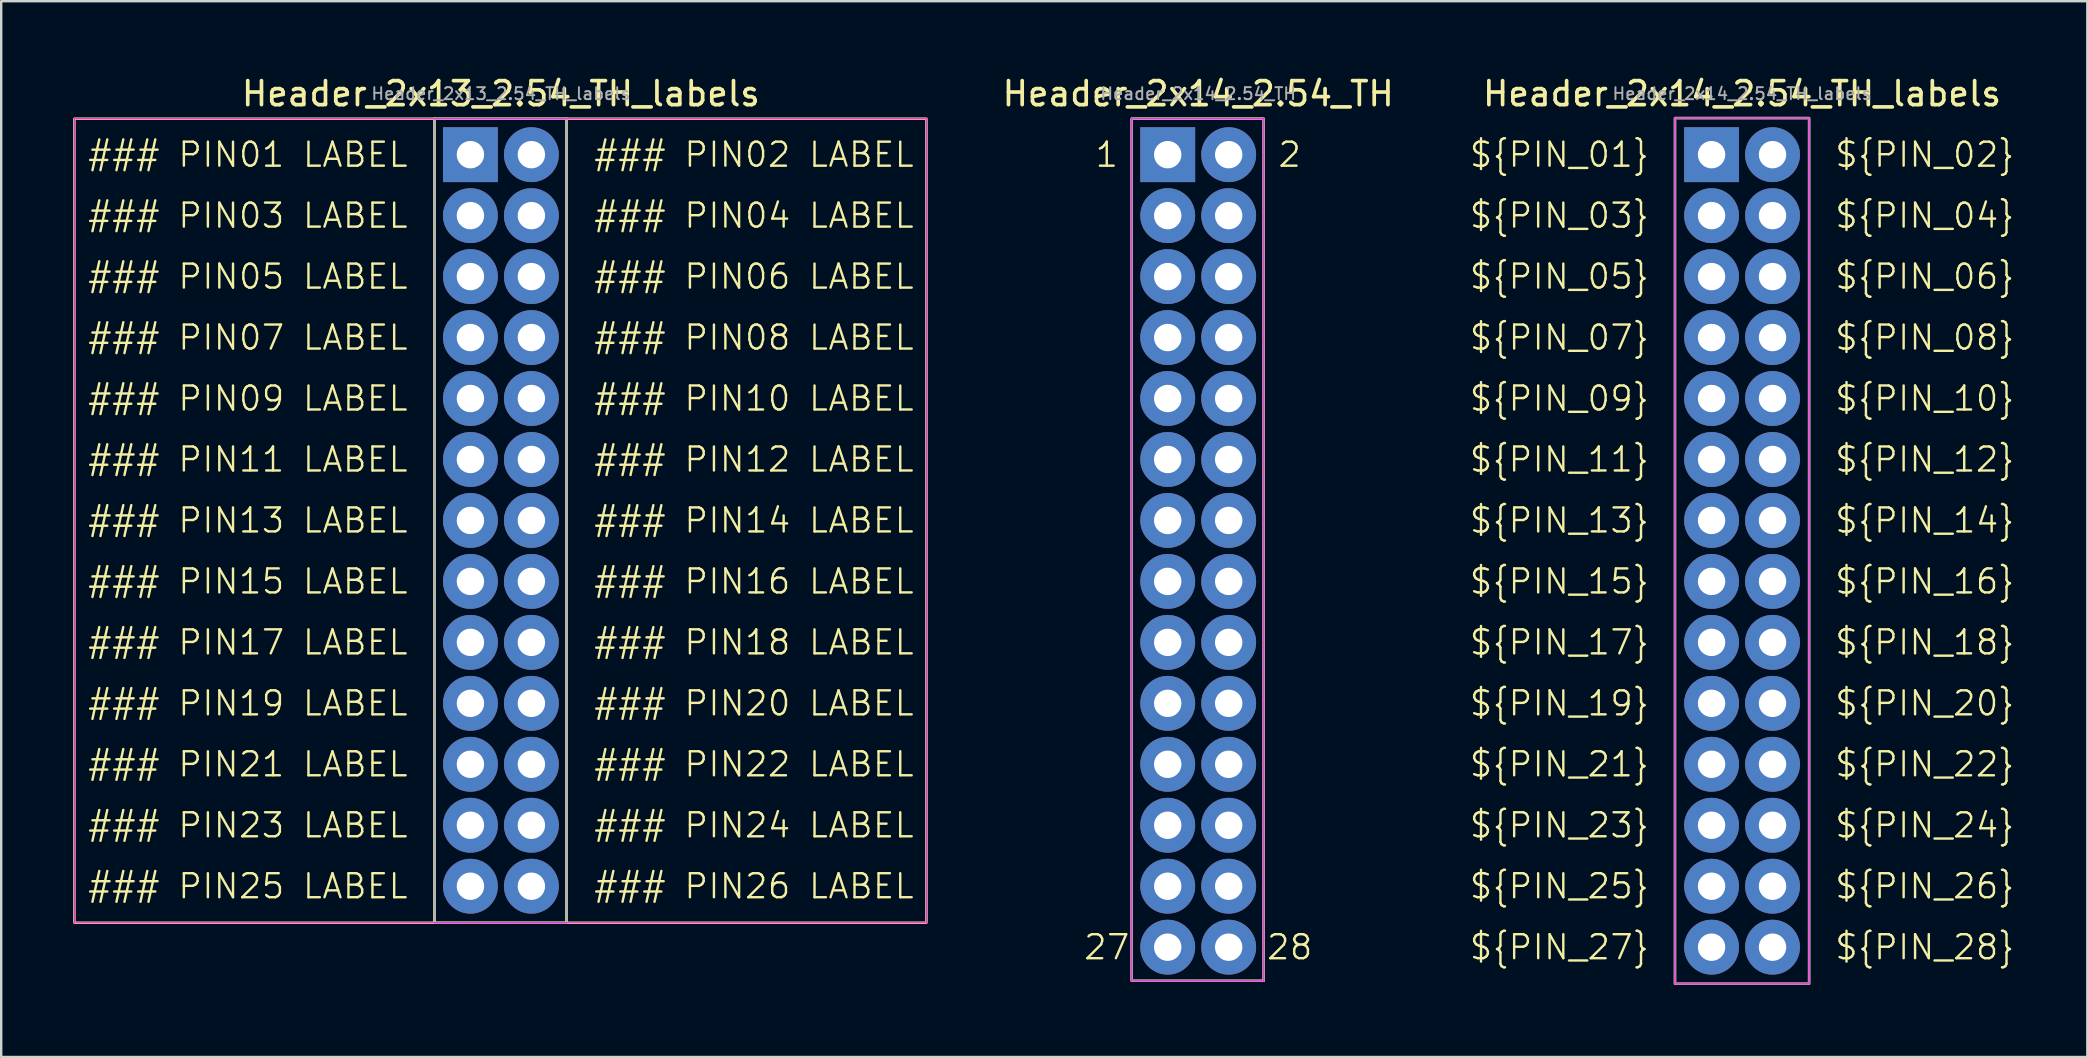
<source format=kicad_pcb>
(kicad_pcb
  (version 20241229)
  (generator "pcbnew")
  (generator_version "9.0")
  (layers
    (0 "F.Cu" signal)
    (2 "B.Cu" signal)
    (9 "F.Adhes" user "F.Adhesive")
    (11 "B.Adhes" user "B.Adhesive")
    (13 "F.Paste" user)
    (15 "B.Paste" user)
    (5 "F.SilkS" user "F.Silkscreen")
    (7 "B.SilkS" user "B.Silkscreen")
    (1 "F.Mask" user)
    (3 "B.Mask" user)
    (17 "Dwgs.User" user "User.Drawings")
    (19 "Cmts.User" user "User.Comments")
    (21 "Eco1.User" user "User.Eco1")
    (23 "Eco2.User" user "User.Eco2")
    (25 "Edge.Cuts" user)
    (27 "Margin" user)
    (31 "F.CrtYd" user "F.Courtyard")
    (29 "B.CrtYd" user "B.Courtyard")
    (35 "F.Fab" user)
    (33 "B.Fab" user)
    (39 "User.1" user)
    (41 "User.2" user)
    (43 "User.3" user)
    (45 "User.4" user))
  (footprint "Header_2x14_2.54_TH_labels"
    (layer "F.Cu")
    (at 68.261 3.394)
    (property "Reference" "Header_2x14_2.54_TH_labels" (at 1.27 -2.54 0) (layer "F.SilkS") (effects (font (size 1 1) (thickness 0.153))))
    (attr through_hole)
    (fp_rect (start -1.524 -1.524) (end 4.064 34.544) (stroke (width 0.1) (type default)) (fill no) (layer "F.SilkS"))
    (fp_rect (start -1.524 -1.524) (end 4.064 34.544) (stroke (width 0.05) (type default)) (fill no) (layer "F.CrtYd"))
    (fp_rect (start -1.524 -1.524) (end 4.064 34.544) (stroke (width 0.1) (type default)) (fill no) (layer "F.Fab"))
    (fp_text user "${PIN_05}" (at -2.54 5.08 0) (unlocked yes) (layer "F.SilkS") (effects (font (size 1 1) (thickness 0.1)) (justify right)))
    (fp_text user "${PIN_20}" (at 5.08 22.86 0) (unlocked yes) (layer "F.SilkS") (effects (font (size 1 1) (thickness 0.1)) (justify left)))
    (fp_text user "${PIN_25}" (at -2.54 30.48 0) (unlocked yes) (layer "F.SilkS") (effects (font (size 1 1) (thickness 0.1)) (justify right)))
    (fp_text user "${PIN_26}" (at 5.08 30.48 0) (unlocked yes) (layer "F.SilkS") (effects (font (size 1 1) (thickness 0.1)) (justify left)))
    (fp_text user "${PIN_22}" (at 5.08 25.4 0) (unlocked yes) (layer "F.SilkS") (effects (font (size 1 1) (thickness 0.1)) (justify left)))
    (fp_text user "${PIN_18}" (at 5.08 20.32 0) (unlocked yes) (layer "F.SilkS") (effects (font (size 1 1) (thickness 0.1)) (justify left)))
    (fp_text user "${PIN_27}" (at -2.54 33.02 0) (unlocked yes) (layer "F.SilkS") (effects (font (size 1 1) (thickness 0.1)) (justify right)))
    (fp_text user "${PIN_10}" (at 5.08 10.16 0) (unlocked yes) (layer "F.SilkS") (effects (font (size 1 1) (thickness 0.1)) (justify left)))
    (fp_text user "${PIN_02}" (at 5.08 0 0) (unlocked yes) (layer "F.SilkS") (effects (font (size 1 1) (thickness 0.1)) (justify left)))
    (fp_text user "${PIN_07}" (at -2.54 7.62 0) (unlocked yes) (layer "F.SilkS") (effects (font (size 1 1) (thickness 0.1)) (justify right)))
    (fp_text user "${PIN_08}" (at 5.08 7.62 0) (unlocked yes) (layer "F.SilkS") (effects (font (size 1 1) (thickness 0.1)) (justify left)))
    (fp_text user "${PIN_12}" (at 5.08 12.7 0) (unlocked yes) (layer "F.SilkS") (effects (font (size 1 1) (thickness 0.1)) (justify left)))
    (fp_text user "${PIN_23}" (at -2.54 27.94 0) (unlocked yes) (layer "F.SilkS") (effects (font (size 1 1) (thickness 0.1)) (justify right)))
    (fp_text user "${PIN_01}" (at -2.54 0 0) (unlocked yes) (layer "F.SilkS") (effects (font (size 1 1) (thickness 0.1)) (justify right)))
    (fp_text user "${PIN_03}" (at -2.54 2.54 0) (unlocked yes) (layer "F.SilkS") (effects (font (size 1 1) (thickness 0.1)) (justify right)))
    (fp_text user "${PIN_17}" (at -2.54 20.32 0) (unlocked yes) (layer "F.SilkS") (effects (font (size 1 1) (thickness 0.1)) (justify right)))
    (fp_text user "${PIN_24}" (at 5.08 27.94 0) (unlocked yes) (layer "F.SilkS") (effects (font (size 1 1) (thickness 0.1)) (justify left)))
    (fp_text user "${PIN_14}" (at 5.08 15.24 0) (unlocked yes) (layer "F.SilkS") (effects (font (size 1 1) (thickness 0.1)) (justify left)))
    (fp_text user "${PIN_21}" (at -2.54 25.4 0) (unlocked yes) (layer "F.SilkS") (effects (font (size 1 1) (thickness 0.1)) (justify right)))
    (fp_text user "${PIN_06}" (at 5.08 5.08 0) (unlocked yes) (layer "F.SilkS") (effects (font (size 1 1) (thickness 0.1)) (justify left)))
    (fp_text user "${PIN_28}" (at 5.08 33.02 0) (unlocked yes) (layer "F.SilkS") (effects (font (size 1 1) (thickness 0.1)) (justify left)))
    (fp_text user "${PIN_19}" (at -2.54 22.86 0) (unlocked yes) (layer "F.SilkS") (effects (font (size 1 1) (thickness 0.1)) (justify right)))
    (fp_text user "${PIN_16}" (at 5.08 17.78 0) (unlocked yes) (layer "F.SilkS") (effects (font (size 1 1) (thickness 0.1)) (justify left)))
    (fp_text user "${PIN_04}" (at 5.08 2.54 0) (unlocked yes) (layer "F.SilkS") (effects (font (size 1 1) (thickness 0.1)) (justify left)))
    (fp_text user "${PIN_15}" (at -2.54 17.78 0) (unlocked yes) (layer "F.SilkS") (effects (font (size 1 1) (thickness 0.1)) (justify right)))
    (fp_text user "${PIN_09}" (at -2.54 10.16 0) (unlocked yes) (layer "F.SilkS") (effects (font (size 1 1) (thickness 0.1)) (justify right)))
    (fp_text user "${PIN_13}" (at -2.54 15.24 0) (unlocked yes) (layer "F.SilkS") (effects (font (size 1 1) (thickness 0.1)) (justify right)))
    (fp_text user "${PIN_11}" (at -2.54 12.7 0) (unlocked yes) (layer "F.SilkS") (effects (font (size 1 1) (thickness 0.1)) (justify right)))
    (fp_text user "${REFERENCE}" (at 1.27 -2.54 0) (layer "F.Fab") (effects (font (size 0.5 0.5) (thickness 0.08))))
    (pad "1" thru_hole rect (at 0 0) (size 2.286 2.286) (drill 1.143) (layers "*.Cu" "*.Mask"))
    (pad "2" thru_hole circle (at 2.54 0) (size 2.286 2.286) (drill 1.143) (layers "*.Cu" "*.Mask"))
    (pad "3" thru_hole circle (at 0 2.54) (size 2.286 2.286) (drill 1.143) (layers "*.Cu" "*.Mask"))
    (pad "4" thru_hole circle (at 2.54 2.54) (size 2.286 2.286) (drill 1.143) (layers "*.Cu" "*.Mask"))
    (pad "5" thru_hole circle (at 0 5.08) (size 2.286 2.286) (drill 1.143) (layers "*.Cu" "*.Mask"))
    (pad "6" thru_hole circle (at 2.54 5.08) (size 2.286 2.286) (drill 1.143) (layers "*.Cu" "*.Mask"))
    (pad "7" thru_hole circle (at 0 7.62) (size 2.286 2.286) (drill 1.143) (layers "*.Cu" "*.Mask"))
    (pad "8" thru_hole circle (at 2.54 7.62) (size 2.286 2.286) (drill 1.143) (layers "*.Cu" "*.Mask"))
    (pad "9" thru_hole circle (at 0 10.16) (size 2.286 2.286) (drill 1.143) (layers "*.Cu" "*.Mask"))
    (pad "10" thru_hole circle (at 2.54 10.16) (size 2.286 2.286) (drill 1.143) (layers "*.Cu" "*.Mask"))
    (pad "11" thru_hole circle (at 0 12.7) (size 2.286 2.286) (drill 1.143) (layers "*.Cu" "*.Mask"))
    (pad "12" thru_hole circle (at 2.54 12.7) (size 2.286 2.286) (drill 1.143) (layers "*.Cu" "*.Mask"))
    (pad "13" thru_hole circle (at 0 15.24) (size 2.286 2.286) (drill 1.143) (layers "*.Cu" "*.Mask"))
    (pad "14" thru_hole circle (at 2.54 15.24) (size 2.286 2.286) (drill 1.143) (layers "*.Cu" "*.Mask"))
    (pad "15" thru_hole circle (at 0 17.78) (size 2.286 2.286) (drill 1.143) (layers "*.Cu" "*.Mask"))
    (pad "16" thru_hole circle (at 2.54 17.78) (size 2.286 2.286) (drill 1.143) (layers "*.Cu" "*.Mask"))
    (pad "17" thru_hole circle (at 0 20.32) (size 2.286 2.286) (drill 1.143) (layers "*.Cu" "*.Mask"))
    (pad "18" thru_hole circle (at 2.54 20.32) (size 2.286 2.286) (drill 1.143) (layers "*.Cu" "*.Mask"))
    (pad "19" thru_hole circle (at 0 22.86) (size 2.286 2.286) (drill 1.143) (layers "*.Cu" "*.Mask"))
    (pad "20" thru_hole circle (at 2.54 22.86) (size 2.286 2.286) (drill 1.143) (layers "*.Cu" "*.Mask"))
    (pad "21" thru_hole circle (at 0 25.4) (size 2.286 2.286) (drill 1.143) (layers "*.Cu" "*.Mask"))
    (pad "22" thru_hole circle (at 2.54 25.4) (size 2.286 2.286) (drill 1.143) (layers "*.Cu" "*.Mask"))
    (pad "23" thru_hole circle (at 0 27.94) (size 2.286 2.286) (drill 1.143) (layers "*.Cu" "*.Mask"))
    (pad "24" thru_hole circle (at 2.54 27.94) (size 2.286 2.286) (drill 1.143) (layers "*.Cu" "*.Mask"))
    (pad "25" thru_hole circle (at 0 30.48) (size 2.286 2.286) (drill 1.143) (layers "*.Cu" "*.Mask"))
    (pad "26" thru_hole circle (at 2.54 30.48) (size 2.286 2.286) (drill 1.143) (layers "*.Cu" "*.Mask"))
    (pad "27" thru_hole circle (at 0 33.02) (size 2.286 2.286) (drill 1.143) (layers "*.Cu" "*.Mask"))
    (pad "28" thru_hole circle (at 2.54 33.02) (size 2.286 2.286) (drill 1.143) (layers "*.Cu" "*.Mask")))
  (footprint "Header_2x13_2.54_TH_labels"
    (layer "F.Cu")
    (at 16.55 3.394)
    (property "Reference" "Header_2x13_2.54_TH_labels" (at 1.27 -2.54 0) (layer "F.SilkS") (effects (font (size 1 1) (thickness 0.153))))
    (attr through_hole)
    (fp_rect (start -16.5 -1.5) (end -1.5 32) (stroke (width 0.1) (type default)) (fill no) (layer "F.SilkS"))
    (fp_rect (start -1.5 -1.5) (end 4 32) (stroke (width 0.1) (type default)) (fill no) (layer "F.SilkS"))
    (fp_rect (start 4 -1.5) (end 19 32) (stroke (width 0.1) (type default)) (fill no) (layer "F.SilkS"))
    (fp_line (start -16.5 -1.5) (end 19 -1.5) (stroke (width 0.05) (type default)) (layer "F.CrtYd"))
    (fp_line (start -16.5 32) (end -16.5 -1.5) (stroke (width 0.05) (type default)) (layer "F.CrtYd"))
    (fp_line (start 19 -1.5) (end 19 32) (stroke (width 0.05) (type default)) (layer "F.CrtYd"))
    (fp_line (start 19 32) (end -16.5 32) (stroke (width 0.05) (type default)) (layer "F.CrtYd"))
    (fp_rect (start -1.5 -1.5) (end 4 32) (stroke (width 0.1) (type default)) (fill no) (layer "F.Fab"))
    (fp_text user "### PIN03 LABEL" (at -2.54 2.54 0) (unlocked yes) (layer "F.SilkS") (effects (font (size 1 1) (thickness 0.1)) (justify right)))
    (fp_text user "### PIN22 LABEL" (at 5.08 25.4 0) (unlocked yes) (layer "F.SilkS") (effects (font (size 1 1) (thickness 0.1)) (justify left)))
    (fp_text user "### PIN08 LABEL" (at 5.08 7.62 0) (unlocked yes) (layer "F.SilkS") (effects (font (size 1 1) (thickness 0.1)) (justify left)))
    (fp_text user "### PIN11 LABEL" (at -2.54 12.7 0) (unlocked yes) (layer "F.SilkS") (effects (font (size 1 1) (thickness 0.1)) (justify right)))
    (fp_text user "### PIN21 LABEL" (at -2.54 25.4 0) (unlocked yes) (layer "F.SilkS") (effects (font (size 1 1) (thickness 0.1)) (justify right)))
    (fp_text user "### PIN20 LABEL" (at 5.08 22.86 0) (unlocked yes) (layer "F.SilkS") (effects (font (size 1 1) (thickness 0.1)) (justify left)))
    (fp_text user "### PIN23 LABEL" (at -2.54 27.94 0) (unlocked yes) (layer "F.SilkS") (effects (font (size 1 1) (thickness 0.1)) (justify right)))
    (fp_text user "### PIN09 LABEL" (at -2.54 10.16 0) (unlocked yes) (layer "F.SilkS") (effects (font (size 1 1) (thickness 0.1)) (justify right)))
    (fp_text user "### PIN12 LABEL" (at 5.08 12.7 0) (unlocked yes) (layer "F.SilkS") (effects (font (size 1 1) (thickness 0.1)) (justify left)))
    (fp_text user "### PIN14 LABEL" (at 5.08 15.24 0) (unlocked yes) (layer "F.SilkS") (effects (font (size 1 1) (thickness 0.1)) (justify left)))
    (fp_text user "### PIN16 LABEL" (at 5.08 17.78 0) (unlocked yes) (layer "F.SilkS") (effects (font (size 1 1) (thickness 0.1)) (justify left)))
    (fp_text user "### PIN06 LABEL" (at 5.08 5.08 0) (unlocked yes) (layer "F.SilkS") (effects (font (size 1 1) (thickness 0.1)) (justify left)))
    (fp_text user "### PIN05 LABEL" (at -2.54 5.08 0) (unlocked yes) (layer "F.SilkS") (effects (font (size 1 1) (thickness 0.1)) (justify right)))
    (fp_text user "### PIN02 LABEL" (at 5.08 0 0) (unlocked yes) (layer "F.SilkS") (effects (font (size 1 1) (thickness 0.1)) (justify left)))
    (fp_text user "### PIN24 LABEL" (at 5.08 27.94 0) (unlocked yes) (layer "F.SilkS") (effects (font (size 1 1) (thickness 0.1)) (justify left)))
    (fp_text user "### PIN04 LABEL" (at 5.08 2.54 0) (unlocked yes) (layer "F.SilkS") (effects (font (size 1 1) (thickness 0.1)) (justify left)))
    (fp_text user "### PIN13 LABEL" (at -2.54 15.24 0) (unlocked yes) (layer "F.SilkS") (effects (font (size 1 1) (thickness 0.1)) (justify right)))
    (fp_text user "### PIN19 LABEL" (at -2.54 22.86 0) (unlocked yes) (layer "F.SilkS") (effects (font (size 1 1) (thickness 0.1)) (justify right)))
    (fp_text user "### PIN15 LABEL" (at -2.54 17.78 0) (unlocked yes) (layer "F.SilkS") (effects (font (size 1 1) (thickness 0.1)) (justify right)))
    (fp_text user "### PIN01 LABEL" (at -2.54 0 0) (unlocked yes) (layer "F.SilkS") (effects (font (size 1 1) (thickness 0.1)) (justify right)))
    (fp_text user "### PIN18 LABEL" (at 5.08 20.32 0) (unlocked yes) (layer "F.SilkS") (effects (font (size 1 1) (thickness 0.1)) (justify left)))
    (fp_text user "### PIN17 LABEL" (at -2.54 20.32 0) (unlocked yes) (layer "F.SilkS") (effects (font (size 1 1) (thickness 0.1)) (justify right)))
    (fp_text user "### PIN10 LABEL" (at 5.08 10.16 0) (unlocked yes) (layer "F.SilkS") (effects (font (size 1 1) (thickness 0.1)) (justify left)))
    (fp_text user "### PIN07 LABEL" (at -2.54 7.62 0) (unlocked yes) (layer "F.SilkS") (effects (font (size 1 1) (thickness 0.1)) (justify right)))
    (fp_text user "### PIN26 LABEL" (at 5.08 30.48 0) (unlocked yes) (layer "F.SilkS") (effects (font (size 1 1) (thickness 0.1)) (justify left)))
    (fp_text user "### PIN25 LABEL" (at -2.54 30.48 0) (unlocked yes) (layer "F.SilkS") (effects (font (size 1 1) (thickness 0.1)) (justify right)))
    (fp_text user "${REFERENCE}" (at 1.27 -2.54 0) (layer "F.Fab") (effects (font (size 0.5 0.5) (thickness 0.08))))
    (pad "1" thru_hole rect (at 0 0) (size 2.286 2.286) (drill 1.143) (layers "*.Cu" "*.Mask"))
    (pad "2" thru_hole circle (at 2.54 0) (size 2.286 2.286) (drill 1.143) (layers "*.Cu" "*.Mask"))
    (pad "3" thru_hole circle (at 0 2.54) (size 2.286 2.286) (drill 1.143) (layers "*.Cu" "*.Mask"))
    (pad "4" thru_hole circle (at 2.54 2.54) (size 2.286 2.286) (drill 1.143) (layers "*.Cu" "*.Mask"))
    (pad "5" thru_hole circle (at 0 5.08) (size 2.286 2.286) (drill 1.143) (layers "*.Cu" "*.Mask"))
    (pad "6" thru_hole circle (at 2.54 5.08) (size 2.286 2.286) (drill 1.143) (layers "*.Cu" "*.Mask"))
    (pad "7" thru_hole circle (at 0 7.62) (size 2.286 2.286) (drill 1.143) (layers "*.Cu" "*.Mask"))
    (pad "8" thru_hole circle (at 2.54 7.62) (size 2.286 2.286) (drill 1.143) (layers "*.Cu" "*.Mask"))
    (pad "9" thru_hole circle (at 0 10.16) (size 2.286 2.286) (drill 1.143) (layers "*.Cu" "*.Mask"))
    (pad "10" thru_hole circle (at 2.54 10.16) (size 2.286 2.286) (drill 1.143) (layers "*.Cu" "*.Mask"))
    (pad "11" thru_hole circle (at 0 12.7) (size 2.286 2.286) (drill 1.143) (layers "*.Cu" "*.Mask"))
    (pad "12" thru_hole circle (at 2.54 12.7) (size 2.286 2.286) (drill 1.143) (layers "*.Cu" "*.Mask"))
    (pad "13" thru_hole circle (at 0 15.24) (size 2.286 2.286) (drill 1.143) (layers "*.Cu" "*.Mask"))
    (pad "14" thru_hole circle (at 2.54 15.24) (size 2.286 2.286) (drill 1.143) (layers "*.Cu" "*.Mask"))
    (pad "15" thru_hole circle (at 0 17.78) (size 2.286 2.286) (drill 1.143) (layers "*.Cu" "*.Mask"))
    (pad "16" thru_hole circle (at 2.54 17.78) (size 2.286 2.286) (drill 1.143) (layers "*.Cu" "*.Mask"))
    (pad "17" thru_hole circle (at 0 20.32) (size 2.286 2.286) (drill 1.143) (layers "*.Cu" "*.Mask"))
    (pad "18" thru_hole circle (at 2.54 20.32) (size 2.286 2.286) (drill 1.143) (layers "*.Cu" "*.Mask"))
    (pad "19" thru_hole circle (at 0 22.86) (size 2.286 2.286) (drill 1.143) (layers "*.Cu" "*.Mask"))
    (pad "20" thru_hole circle (at 2.54 22.86) (size 2.286 2.286) (drill 1.143) (layers "*.Cu" "*.Mask"))
    (pad "21" thru_hole circle (at 0 25.4) (size 2.286 2.286) (drill 1.143) (layers "*.Cu" "*.Mask"))
    (pad "22" thru_hole circle (at 2.54 25.4) (size 2.286 2.286) (drill 1.143) (layers "*.Cu" "*.Mask"))
    (pad "23" thru_hole circle (at 0 27.94) (size 2.286 2.286) (drill 1.143) (layers "*.Cu" "*.Mask"))
    (pad "24" thru_hole circle (at 2.54 27.94) (size 2.286 2.286) (drill 1.143) (layers "*.Cu" "*.Mask"))
    (pad "25" thru_hole circle (at 0 30.48) (size 2.286 2.286) (drill 1.143) (layers "*.Cu" "*.Mask"))
    (pad "26" thru_hole circle (at 2.54 30.48) (size 2.286 2.286) (drill 1.143) (layers "*.Cu" "*.Mask")))
  (footprint "Header_2x14_2.54_TH"
    (layer "F.Cu")
    (at 45.602 3.394)
    (property "Reference" "Header_2x14_2.54_TH" (at 1.27 -2.54 0) (layer "F.SilkS") (effects (font (size 1 1) (thickness 0.153))))
    (attr through_hole)
    (fp_rect (start -1.5 -1.5) (end 4 34.42) (stroke (width 0.1) (type default)) (fill no) (layer "F.SilkS"))
    (fp_line (start -1.5 -1.5) (end 4 -1.5) (stroke (width 0.05) (type default)) (layer "F.CrtYd"))
    (fp_line (start -1.5 34.42) (end -1.5 -1.5) (stroke (width 0.05) (type default)) (layer "F.CrtYd"))
    (fp_line (start 4 -1.5) (end 4 34.42) (stroke (width 0.05) (type default)) (layer "F.CrtYd"))
    (fp_line (start 4 34.42) (end -1.5 34.42) (stroke (width 0.05) (type default)) (layer "F.CrtYd"))
    (fp_rect (start -1.5 -1.5) (end 4 34.42) (stroke (width 0.1) (type default)) (fill no) (layer "F.Fab"))
    (fp_text user "1" (at -2.54 0 0) (unlocked yes) (layer "F.SilkS") (effects (font (size 1 1) (thickness 0.1))))
    (fp_text user "27" (at -2.54 33.02 0) (unlocked yes) (layer "F.SilkS") (effects (font (size 1 1) (thickness 0.1))))
    (fp_text user "2" (at 5.08 0 0) (unlocked yes) (layer "F.SilkS") (effects (font (size 1 1) (thickness 0.1))))
    (fp_text user "28" (at 5.08 33.02 0) (unlocked yes) (layer "F.SilkS") (effects (font (size 1 1) (thickness 0.1))))
    (fp_text user "${REFERENCE}" (at 1.27 -2.54 0) (layer "F.Fab") (effects (font (size 0.5 0.5) (thickness 0.08))))
    (pad "1" thru_hole rect (at 0 0) (size 2.286 2.286) (drill 1.143) (layers "*.Cu" "*.Mask"))
    (pad "2" thru_hole circle (at 2.54 0) (size 2.286 2.286) (drill 1.143) (layers "*.Cu" "*.Mask"))
    (pad "3" thru_hole circle (at 0 2.54) (size 2.286 2.286) (drill 1.143) (layers "*.Cu" "*.Mask"))
    (pad "4" thru_hole circle (at 2.54 2.54) (size 2.286 2.286) (drill 1.143) (layers "*.Cu" "*.Mask"))
    (pad "5" thru_hole circle (at 0 5.08) (size 2.286 2.286) (drill 1.143) (layers "*.Cu" "*.Mask"))
    (pad "6" thru_hole circle (at 2.54 5.08) (size 2.286 2.286) (drill 1.143) (layers "*.Cu" "*.Mask"))
    (pad "7" thru_hole circle (at 0 7.62) (size 2.286 2.286) (drill 1.143) (layers "*.Cu" "*.Mask"))
    (pad "8" thru_hole circle (at 2.54 7.62) (size 2.286 2.286) (drill 1.143) (layers "*.Cu" "*.Mask"))
    (pad "9" thru_hole circle (at 0 10.16) (size 2.286 2.286) (drill 1.143) (layers "*.Cu" "*.Mask"))
    (pad "10" thru_hole circle (at 2.54 10.16) (size 2.286 2.286) (drill 1.143) (layers "*.Cu" "*.Mask"))
    (pad "11" thru_hole circle (at 0 12.7) (size 2.286 2.286) (drill 1.143) (layers "*.Cu" "*.Mask"))
    (pad "12" thru_hole circle (at 2.54 12.7) (size 2.286 2.286) (drill 1.143) (layers "*.Cu" "*.Mask"))
    (pad "13" thru_hole circle (at 0 15.24) (size 2.286 2.286) (drill 1.143) (layers "*.Cu" "*.Mask"))
    (pad "14" thru_hole circle (at 2.54 15.24) (size 2.286 2.286) (drill 1.143) (layers "*.Cu" "*.Mask"))
    (pad "15" thru_hole circle (at 0 17.78) (size 2.286 2.286) (drill 1.143) (layers "*.Cu" "*.Mask"))
    (pad "16" thru_hole circle (at 2.54 17.78) (size 2.286 2.286) (drill 1.143) (layers "*.Cu" "*.Mask"))
    (pad "17" thru_hole circle (at 0 20.32) (size 2.286 2.286) (drill 1.143) (layers "*.Cu" "*.Mask"))
    (pad "18" thru_hole circle (at 2.54 20.32) (size 2.286 2.286) (drill 1.143) (layers "*.Cu" "*.Mask"))
    (pad "19" thru_hole circle (at 0 22.86) (size 2.286 2.286) (drill 1.143) (layers "*.Cu" "*.Mask"))
    (pad "20" thru_hole circle (at 2.54 22.86) (size 2.286 2.286) (drill 1.143) (layers "*.Cu" "*.Mask"))
    (pad "21" thru_hole circle (at 0 25.4) (size 2.286 2.286) (drill 1.143) (layers "*.Cu" "*.Mask"))
    (pad "22" thru_hole circle (at 2.54 25.4) (size 2.286 2.286) (drill 1.143) (layers "*.Cu" "*.Mask"))
    (pad "23" thru_hole circle (at 0 27.94) (size 2.286 2.286) (drill 1.143) (layers "*.Cu" "*.Mask"))
    (pad "24" thru_hole circle (at 2.54 27.94) (size 2.286 2.286) (drill 1.143) (layers "*.Cu" "*.Mask"))
    (pad "25" thru_hole circle (at 0 30.48) (size 2.286 2.286) (drill 1.143) (layers "*.Cu" "*.Mask"))
    (pad "26" thru_hole circle (at 2.54 30.48) (size 2.286 2.286) (drill 1.143) (layers "*.Cu" "*.Mask"))
    (pad "27" thru_hole circle (at 0 33.02) (size 2.286 2.286) (drill 1.143) (layers "*.Cu" "*.Mask"))
    (pad "28" thru_hole circle (at 2.54 33.02) (size 2.286 2.286) (drill 1.143) (layers "*.Cu" "*.Mask")))
  (gr_rect
    (start -3 -3)
    (end 83.917 40.988)
    (stroke (width 0.1) (type default))
    (fill no)
    (layer "Edge.Cuts")))
</source>
